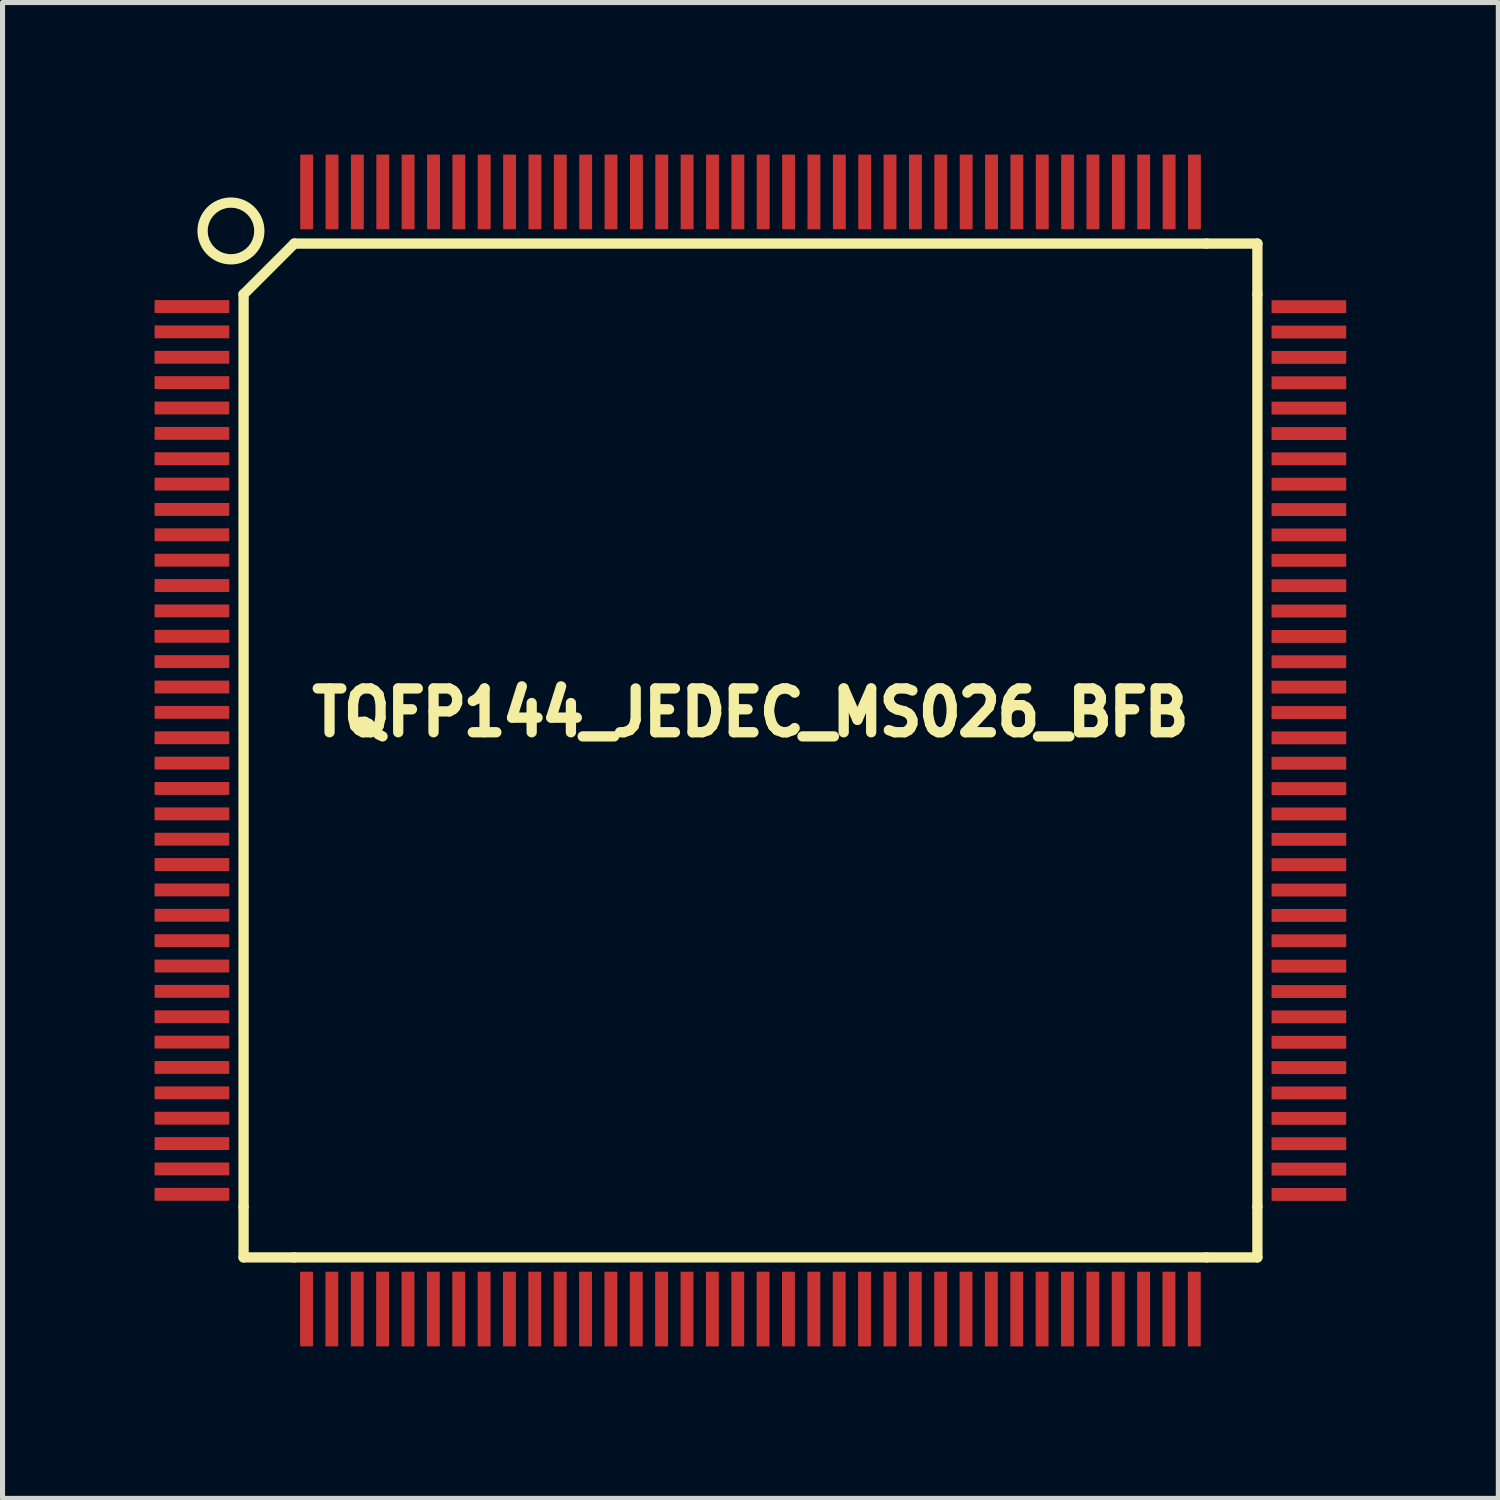
<source format=kicad_pcb>
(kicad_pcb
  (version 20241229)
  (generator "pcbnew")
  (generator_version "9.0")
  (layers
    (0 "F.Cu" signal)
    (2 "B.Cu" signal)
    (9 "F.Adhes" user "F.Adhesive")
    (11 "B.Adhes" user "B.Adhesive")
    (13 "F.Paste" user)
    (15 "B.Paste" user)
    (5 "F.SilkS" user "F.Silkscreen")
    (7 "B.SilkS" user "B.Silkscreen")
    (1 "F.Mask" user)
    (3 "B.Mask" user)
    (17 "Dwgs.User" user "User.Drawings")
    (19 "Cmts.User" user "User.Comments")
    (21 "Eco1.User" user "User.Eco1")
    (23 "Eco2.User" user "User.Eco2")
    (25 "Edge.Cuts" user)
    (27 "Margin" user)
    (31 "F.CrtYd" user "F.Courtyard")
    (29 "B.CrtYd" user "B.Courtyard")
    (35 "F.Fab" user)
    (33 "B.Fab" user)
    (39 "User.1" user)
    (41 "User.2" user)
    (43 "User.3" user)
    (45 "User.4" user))
  (footprint "TQFP144_JEDEC_MS026_BFB"
    (layer "F.Cu")
    (at 11.755 11.755)
    (property "Reference" "TQFP144_JEDEC_MS026_BFB" (at 0 -0.749 0) (layer "F.SilkS") (effects (font (size 0.864 0.813) (thickness 0.203))))
    (attr smd)
    (fp_line (start -10 8.999) (end -10 -8.999) (stroke (width 0.203) (type solid)) (layer "F.SilkS"))
    (fp_line (start -10 10) (end -10 8.999) (stroke (width 0.203) (type solid)) (layer "F.SilkS"))
    (fp_line (start -10 10) (end -8.999 10) (stroke (width 0.203) (type solid)) (layer "F.SilkS"))
    (fp_line (start -8.999 -10) (end -10 -8.999) (stroke (width 0.203) (type solid)) (layer "F.SilkS"))
    (fp_line (start -8.999 -10) (end 8.999 -10) (stroke (width 0.203) (type solid)) (layer "F.SilkS"))
    (fp_line (start 8.999 10) (end -8.999 10) (stroke (width 0.203) (type solid)) (layer "F.SilkS"))
    (fp_line (start 10 -10) (end 8.999 -10) (stroke (width 0.203) (type solid)) (layer "F.SilkS"))
    (fp_line (start 10 -10) (end 10 -8.999) (stroke (width 0.203) (type solid)) (layer "F.SilkS"))
    (fp_line (start 10 -8.999) (end 10 8.999) (stroke (width 0.203) (type solid)) (layer "F.SilkS"))
    (fp_line (start 10 10) (end 8.999 10) (stroke (width 0.203) (type solid)) (layer "F.SilkS"))
    (fp_line (start 10 10) (end 10 8.999) (stroke (width 0.203) (type solid)) (layer "F.SilkS"))
    (fp_circle (center -10.249 -10.249) (end -10.749 -10.5) (stroke (width 0.203) (type solid)) (fill no) (layer "F.SilkS"))
    (pad "1" smd rect (at -11.019 -8.758 90) (size 0.254 1.473) (layers "F.Cu" "F.Mask" "F.Paste"))
    (pad "2" smd rect (at -11.019 -8.258 90) (size 0.254 1.473) (layers "F.Cu" "F.Mask" "F.Paste"))
    (pad "3" smd rect (at -11.019 -7.757 90) (size 0.254 1.473) (layers "F.Cu" "F.Mask" "F.Paste"))
    (pad "4" smd rect (at -11.019 -7.257 90) (size 0.254 1.473) (layers "F.Cu" "F.Mask" "F.Paste"))
    (pad "5" smd rect (at -11.019 -6.756 90) (size 0.254 1.473) (layers "F.Cu" "F.Mask" "F.Paste"))
    (pad "6" smd rect (at -11.019 -6.256 90) (size 0.254 1.473) (layers "F.Cu" "F.Mask" "F.Paste"))
    (pad "7" smd rect (at -11.019 -5.756 90) (size 0.254 1.473) (layers "F.Cu" "F.Mask" "F.Paste"))
    (pad "8" smd rect (at -11.019 -5.255 90) (size 0.254 1.473) (layers "F.Cu" "F.Mask" "F.Paste"))
    (pad "9" smd rect (at -11.019 -4.755 90) (size 0.254 1.473) (layers "F.Cu" "F.Mask" "F.Paste"))
    (pad "10" smd rect (at -11.019 -4.255 90) (size 0.254 1.473) (layers "F.Cu" "F.Mask" "F.Paste"))
    (pad "11" smd rect (at -11.019 -3.754 90) (size 0.254 1.473) (layers "F.Cu" "F.Mask" "F.Paste"))
    (pad "12" smd rect (at -11.019 -3.254 90) (size 0.254 1.473) (layers "F.Cu" "F.Mask" "F.Paste"))
    (pad "13" smd rect (at -11.019 -2.753 90) (size 0.254 1.473) (layers "F.Cu" "F.Mask" "F.Paste"))
    (pad "14" smd rect (at -11.019 -2.253 90) (size 0.254 1.473) (layers "F.Cu" "F.Mask" "F.Paste"))
    (pad "15" smd rect (at -11.019 -1.753 90) (size 0.254 1.473) (layers "F.Cu" "F.Mask" "F.Paste"))
    (pad "16" smd rect (at -11.019 -1.252 90) (size 0.254 1.473) (layers "F.Cu" "F.Mask" "F.Paste"))
    (pad "17" smd rect (at -11.019 -0.752 90) (size 0.254 1.473) (layers "F.Cu" "F.Mask" "F.Paste"))
    (pad "18" smd rect (at -11.019 -0.251 90) (size 0.254 1.473) (layers "F.Cu" "F.Mask" "F.Paste"))
    (pad "19" smd rect (at -11.019 0.249 90) (size 0.254 1.473) (layers "F.Cu" "F.Mask" "F.Paste"))
    (pad "20" smd rect (at -11.019 0.749 90) (size 0.254 1.473) (layers "F.Cu" "F.Mask" "F.Paste"))
    (pad "21" smd rect (at -11.019 1.25 90) (size 0.254 1.473) (layers "F.Cu" "F.Mask" "F.Paste"))
    (pad "22" smd rect (at -11.019 1.75 90) (size 0.254 1.473) (layers "F.Cu" "F.Mask" "F.Paste"))
    (pad "23" smd rect (at -11.019 2.25 90) (size 0.254 1.473) (layers "F.Cu" "F.Mask" "F.Paste"))
    (pad "24" smd rect (at -11.019 2.751 90) (size 0.254 1.473) (layers "F.Cu" "F.Mask" "F.Paste"))
    (pad "25" smd rect (at -11.019 3.251 90) (size 0.254 1.473) (layers "F.Cu" "F.Mask" "F.Paste"))
    (pad "26" smd rect (at -11.019 3.752 90) (size 0.254 1.473) (layers "F.Cu" "F.Mask" "F.Paste"))
    (pad "27" smd rect (at -11.019 4.252 90) (size 0.254 1.473) (layers "F.Cu" "F.Mask" "F.Paste"))
    (pad "28" smd rect (at -11.019 4.752 90) (size 0.254 1.473) (layers "F.Cu" "F.Mask" "F.Paste"))
    (pad "29" smd rect (at -11.019 5.253 90) (size 0.254 1.473) (layers "F.Cu" "F.Mask" "F.Paste"))
    (pad "30" smd rect (at -11.019 5.753 90) (size 0.254 1.473) (layers "F.Cu" "F.Mask" "F.Paste"))
    (pad "31" smd rect (at -11.019 6.253 90) (size 0.254 1.473) (layers "F.Cu" "F.Mask" "F.Paste"))
    (pad "32" smd rect (at -11.019 6.754 90) (size 0.254 1.473) (layers "F.Cu" "F.Mask" "F.Paste"))
    (pad "33" smd rect (at -11.019 7.254 90) (size 0.254 1.473) (layers "F.Cu" "F.Mask" "F.Paste"))
    (pad "34" smd rect (at -11.019 7.755 90) (size 0.254 1.473) (layers "F.Cu" "F.Mask" "F.Paste"))
    (pad "35" smd rect (at -11.019 8.255 90) (size 0.254 1.473) (layers "F.Cu" "F.Mask" "F.Paste"))
    (pad "36" smd rect (at -11.019 8.755 90) (size 0.254 1.473) (layers "F.Cu" "F.Mask" "F.Paste"))
    (pad "37" smd rect (at -8.758 11.019) (size 0.254 1.473) (layers "F.Cu" "F.Mask" "F.Paste"))
    (pad "38" smd rect (at -8.258 11.019) (size 0.254 1.473) (layers "F.Cu" "F.Mask" "F.Paste"))
    (pad "39" smd rect (at -7.757 11.019) (size 0.254 1.473) (layers "F.Cu" "F.Mask" "F.Paste"))
    (pad "40" smd rect (at -7.257 11.019) (size 0.254 1.473) (layers "F.Cu" "F.Mask" "F.Paste"))
    (pad "41" smd rect (at -6.756 11.019) (size 0.254 1.473) (layers "F.Cu" "F.Mask" "F.Paste"))
    (pad "42" smd rect (at -6.256 11.019) (size 0.254 1.473) (layers "F.Cu" "F.Mask" "F.Paste"))
    (pad "43" smd rect (at -5.756 11.019) (size 0.254 1.473) (layers "F.Cu" "F.Mask" "F.Paste"))
    (pad "44" smd rect (at -5.255 11.019) (size 0.254 1.473) (layers "F.Cu" "F.Mask" "F.Paste"))
    (pad "45" smd rect (at -4.755 11.019) (size 0.254 1.473) (layers "F.Cu" "F.Mask" "F.Paste"))
    (pad "46" smd rect (at -4.255 11.019) (size 0.254 1.473) (layers "F.Cu" "F.Mask" "F.Paste"))
    (pad "47" smd rect (at -3.754 11.019) (size 0.254 1.473) (layers "F.Cu" "F.Mask" "F.Paste"))
    (pad "48" smd rect (at -3.254 11.019) (size 0.254 1.473) (layers "F.Cu" "F.Mask" "F.Paste"))
    (pad "49" smd rect (at -2.753 11.019) (size 0.254 1.473) (layers "F.Cu" "F.Mask" "F.Paste"))
    (pad "50" smd rect (at -2.253 11.019) (size 0.254 1.473) (layers "F.Cu" "F.Mask" "F.Paste"))
    (pad "51" smd rect (at -1.753 11.019) (size 0.254 1.473) (layers "F.Cu" "F.Mask" "F.Paste"))
    (pad "52" smd rect (at -1.252 11.019) (size 0.254 1.473) (layers "F.Cu" "F.Mask" "F.Paste"))
    (pad "53" smd rect (at -0.752 11.019) (size 0.254 1.473) (layers "F.Cu" "F.Mask" "F.Paste"))
    (pad "54" smd rect (at -0.251 11.019) (size 0.254 1.473) (layers "F.Cu" "F.Mask" "F.Paste"))
    (pad "55" smd rect (at 0.249 11.019) (size 0.254 1.473) (layers "F.Cu" "F.Mask" "F.Paste"))
    (pad "56" smd rect (at 0.749 11.019) (size 0.254 1.473) (layers "F.Cu" "F.Mask" "F.Paste"))
    (pad "57" smd rect (at 1.25 11.019) (size 0.254 1.473) (layers "F.Cu" "F.Mask" "F.Paste"))
    (pad "58" smd rect (at 1.75 11.019) (size 0.254 1.473) (layers "F.Cu" "F.Mask" "F.Paste"))
    (pad "59" smd rect (at 2.25 11.019) (size 0.254 1.473) (layers "F.Cu" "F.Mask" "F.Paste"))
    (pad "60" smd rect (at 2.751 11.019) (size 0.254 1.473) (layers "F.Cu" "F.Mask" "F.Paste"))
    (pad "61" smd rect (at 3.251 11.019) (size 0.254 1.473) (layers "F.Cu" "F.Mask" "F.Paste"))
    (pad "62" smd rect (at 3.752 11.019) (size 0.254 1.473) (layers "F.Cu" "F.Mask" "F.Paste"))
    (pad "63" smd rect (at 4.252 11.019) (size 0.254 1.473) (layers "F.Cu" "F.Mask" "F.Paste"))
    (pad "64" smd rect (at 4.752 11.019) (size 0.254 1.473) (layers "F.Cu" "F.Mask" "F.Paste"))
    (pad "65" smd rect (at 5.253 11.019) (size 0.254 1.473) (layers "F.Cu" "F.Mask" "F.Paste"))
    (pad "66" smd rect (at 5.753 11.019) (size 0.254 1.473) (layers "F.Cu" "F.Mask" "F.Paste"))
    (pad "67" smd rect (at 6.253 11.019) (size 0.254 1.473) (layers "F.Cu" "F.Mask" "F.Paste"))
    (pad "68" smd rect (at 6.754 11.019) (size 0.254 1.473) (layers "F.Cu" "F.Mask" "F.Paste"))
    (pad "69" smd rect (at 7.254 11.019) (size 0.254 1.473) (layers "F.Cu" "F.Mask" "F.Paste"))
    (pad "70" smd rect (at 7.755 11.019) (size 0.254 1.473) (layers "F.Cu" "F.Mask" "F.Paste"))
    (pad "71" smd rect (at 8.255 11.019) (size 0.254 1.473) (layers "F.Cu" "F.Mask" "F.Paste"))
    (pad "72" smd rect (at 8.755 11.019) (size 0.254 1.473) (layers "F.Cu" "F.Mask" "F.Paste"))
    (pad "73" smd rect (at 11.016 8.758 270) (size 0.254 1.473) (layers "F.Cu" "F.Mask" "F.Paste"))
    (pad "74" smd rect (at 11.016 8.258 270) (size 0.254 1.473) (layers "F.Cu" "F.Mask" "F.Paste"))
    (pad "75" smd rect (at 11.016 7.757 270) (size 0.254 1.473) (layers "F.Cu" "F.Mask" "F.Paste"))
    (pad "76" smd rect (at 11.016 7.257 270) (size 0.254 1.473) (layers "F.Cu" "F.Mask" "F.Paste"))
    (pad "77" smd rect (at 11.016 6.756 270) (size 0.254 1.473) (layers "F.Cu" "F.Mask" "F.Paste"))
    (pad "78" smd rect (at 11.016 6.256 270) (size 0.254 1.473) (layers "F.Cu" "F.Mask" "F.Paste"))
    (pad "79" smd rect (at 11.016 5.756 270) (size 0.254 1.473) (layers "F.Cu" "F.Mask" "F.Paste"))
    (pad "80" smd rect (at 11.016 5.255 270) (size 0.254 1.473) (layers "F.Cu" "F.Mask" "F.Paste"))
    (pad "81" smd rect (at 11.016 4.755 270) (size 0.254 1.473) (layers "F.Cu" "F.Mask" "F.Paste"))
    (pad "82" smd rect (at 11.016 4.255 270) (size 0.254 1.473) (layers "F.Cu" "F.Mask" "F.Paste"))
    (pad "83" smd rect (at 11.016 3.754 270) (size 0.254 1.473) (layers "F.Cu" "F.Mask" "F.Paste"))
    (pad "84" smd rect (at 11.016 3.254 270) (size 0.254 1.473) (layers "F.Cu" "F.Mask" "F.Paste"))
    (pad "85" smd rect (at 11.016 2.753 270) (size 0.254 1.473) (layers "F.Cu" "F.Mask" "F.Paste"))
    (pad "86" smd rect (at 11.016 2.253 270) (size 0.254 1.473) (layers "F.Cu" "F.Mask" "F.Paste"))
    (pad "87" smd rect (at 11.016 1.753 270) (size 0.254 1.473) (layers "F.Cu" "F.Mask" "F.Paste"))
    (pad "88" smd rect (at 11.016 1.252 270) (size 0.254 1.473) (layers "F.Cu" "F.Mask" "F.Paste"))
    (pad "89" smd rect (at 11.016 0.752 270) (size 0.254 1.473) (layers "F.Cu" "F.Mask" "F.Paste"))
    (pad "90" smd rect (at 11.016 0.251 270) (size 0.254 1.473) (layers "F.Cu" "F.Mask" "F.Paste"))
    (pad "91" smd rect (at 11.016 -0.249 270) (size 0.254 1.473) (layers "F.Cu" "F.Mask" "F.Paste"))
    (pad "92" smd rect (at 11.016 -0.749 270) (size 0.254 1.473) (layers "F.Cu" "F.Mask" "F.Paste"))
    (pad "93" smd rect (at 11.016 -1.25 270) (size 0.254 1.473) (layers "F.Cu" "F.Mask" "F.Paste"))
    (pad "94" smd rect (at 11.016 -1.75 270) (size 0.254 1.473) (layers "F.Cu" "F.Mask" "F.Paste"))
    (pad "95" smd rect (at 11.016 -2.25 270) (size 0.254 1.473) (layers "F.Cu" "F.Mask" "F.Paste"))
    (pad "96" smd rect (at 11.016 -2.751 270) (size 0.254 1.473) (layers "F.Cu" "F.Mask" "F.Paste"))
    (pad "97" smd rect (at 11.016 -3.251 270) (size 0.254 1.473) (layers "F.Cu" "F.Mask" "F.Paste"))
    (pad "98" smd rect (at 11.016 -3.752 270) (size 0.254 1.473) (layers "F.Cu" "F.Mask" "F.Paste"))
    (pad "99" smd rect (at 11.016 -4.252 270) (size 0.254 1.473) (layers "F.Cu" "F.Mask" "F.Paste"))
    (pad "100" smd rect (at 11.016 -4.752 270) (size 0.254 1.473) (layers "F.Cu" "F.Mask" "F.Paste"))
    (pad "101" smd rect (at 11.016 -5.253 270) (size 0.254 1.473) (layers "F.Cu" "F.Mask" "F.Paste"))
    (pad "102" smd rect (at 11.016 -5.753 270) (size 0.254 1.473) (layers "F.Cu" "F.Mask" "F.Paste"))
    (pad "103" smd rect (at 11.016 -6.253 270) (size 0.254 1.473) (layers "F.Cu" "F.Mask" "F.Paste"))
    (pad "104" smd rect (at 11.016 -6.754 270) (size 0.254 1.473) (layers "F.Cu" "F.Mask" "F.Paste"))
    (pad "105" smd rect (at 11.016 -7.254 270) (size 0.254 1.473) (layers "F.Cu" "F.Mask" "F.Paste"))
    (pad "106" smd rect (at 11.016 -7.755 270) (size 0.254 1.473) (layers "F.Cu" "F.Mask" "F.Paste"))
    (pad "107" smd rect (at 11.016 -8.255 270) (size 0.254 1.473) (layers "F.Cu" "F.Mask" "F.Paste"))
    (pad "108" smd rect (at 11.016 -8.755 270) (size 0.254 1.473) (layers "F.Cu" "F.Mask" "F.Paste"))
    (pad "109" smd rect (at 8.758 -11.019) (size 0.254 1.473) (layers "F.Cu" "F.Mask" "F.Paste"))
    (pad "110" smd rect (at 8.258 -11.019) (size 0.254 1.473) (layers "F.Cu" "F.Mask" "F.Paste"))
    (pad "111" smd rect (at 7.757 -11.019) (size 0.254 1.473) (layers "F.Cu" "F.Mask" "F.Paste"))
    (pad "112" smd rect (at 7.257 -11.019) (size 0.254 1.473) (layers "F.Cu" "F.Mask" "F.Paste"))
    (pad "113" smd rect (at 6.756 -11.019) (size 0.254 1.473) (layers "F.Cu" "F.Mask" "F.Paste"))
    (pad "114" smd rect (at 6.256 -11.019) (size 0.254 1.473) (layers "F.Cu" "F.Mask" "F.Paste"))
    (pad "115" smd rect (at 5.756 -11.019) (size 0.254 1.473) (layers "F.Cu" "F.Mask" "F.Paste"))
    (pad "116" smd rect (at 5.255 -11.019) (size 0.254 1.473) (layers "F.Cu" "F.Mask" "F.Paste"))
    (pad "117" smd rect (at 4.755 -11.019) (size 0.254 1.473) (layers "F.Cu" "F.Mask" "F.Paste"))
    (pad "118" smd rect (at 4.255 -11.019) (size 0.254 1.473) (layers "F.Cu" "F.Mask" "F.Paste"))
    (pad "119" smd rect (at 3.754 -11.019) (size 0.254 1.473) (layers "F.Cu" "F.Mask" "F.Paste"))
    (pad "120" smd rect (at 3.254 -11.019) (size 0.254 1.473) (layers "F.Cu" "F.Mask" "F.Paste"))
    (pad "121" smd rect (at 2.753 -11.019) (size 0.254 1.473) (layers "F.Cu" "F.Mask" "F.Paste"))
    (pad "122" smd rect (at 2.253 -11.019) (size 0.254 1.473) (layers "F.Cu" "F.Mask" "F.Paste"))
    (pad "123" smd rect (at 1.753 -11.019) (size 0.254 1.473) (layers "F.Cu" "F.Mask" "F.Paste"))
    (pad "124" smd rect (at 1.252 -11.019) (size 0.254 1.473) (layers "F.Cu" "F.Mask" "F.Paste"))
    (pad "125" smd rect (at 0.752 -11.019) (size 0.254 1.473) (layers "F.Cu" "F.Mask" "F.Paste"))
    (pad "126" smd rect (at 0.251 -11.019) (size 0.254 1.473) (layers "F.Cu" "F.Mask" "F.Paste"))
    (pad "127" smd rect (at -0.249 -11.019) (size 0.254 1.473) (layers "F.Cu" "F.Mask" "F.Paste"))
    (pad "128" smd rect (at -0.749 -11.019) (size 0.254 1.473) (layers "F.Cu" "F.Mask" "F.Paste"))
    (pad "129" smd rect (at -1.25 -11.019) (size 0.254 1.473) (layers "F.Cu" "F.Mask" "F.Paste"))
    (pad "130" smd rect (at -1.75 -11.019) (size 0.254 1.473) (layers "F.Cu" "F.Mask" "F.Paste"))
    (pad "131" smd rect (at -2.25 -11.019) (size 0.254 1.473) (layers "F.Cu" "F.Mask" "F.Paste"))
    (pad "132" smd rect (at -2.751 -11.019) (size 0.254 1.473) (layers "F.Cu" "F.Mask" "F.Paste"))
    (pad "133" smd rect (at -3.251 -11.019) (size 0.254 1.473) (layers "F.Cu" "F.Mask" "F.Paste"))
    (pad "134" smd rect (at -3.752 -11.019) (size 0.254 1.473) (layers "F.Cu" "F.Mask" "F.Paste"))
    (pad "135" smd rect (at -4.252 -11.019) (size 0.254 1.473) (layers "F.Cu" "F.Mask" "F.Paste"))
    (pad "136" smd rect (at -4.752 -11.019) (size 0.254 1.473) (layers "F.Cu" "F.Mask" "F.Paste"))
    (pad "137" smd rect (at -5.253 -11.019) (size 0.254 1.473) (layers "F.Cu" "F.Mask" "F.Paste"))
    (pad "138" smd rect (at -5.753 -11.019) (size 0.254 1.473) (layers "F.Cu" "F.Mask" "F.Paste"))
    (pad "139" smd rect (at -6.253 -11.019) (size 0.254 1.473) (layers "F.Cu" "F.Mask" "F.Paste"))
    (pad "140" smd rect (at -6.754 -11.019) (size 0.254 1.473) (layers "F.Cu" "F.Mask" "F.Paste"))
    (pad "141" smd rect (at -7.254 -11.019) (size 0.254 1.473) (layers "F.Cu" "F.Mask" "F.Paste"))
    (pad "142" smd rect (at -7.755 -11.019) (size 0.254 1.473) (layers "F.Cu" "F.Mask" "F.Paste"))
    (pad "143" smd rect (at -8.255 -11.019) (size 0.254 1.473) (layers "F.Cu" "F.Mask" "F.Paste"))
    (pad "144" smd rect (at -8.755 -11.019) (size 0.254 1.473) (layers "F.Cu" "F.Mask" "F.Paste")))
  (gr_rect
    (start -3 -3)
    (end 26.508 26.51)
    (stroke (width 0.1) (type default))
    (fill no)
    (layer "Edge.Cuts")))
</source>
